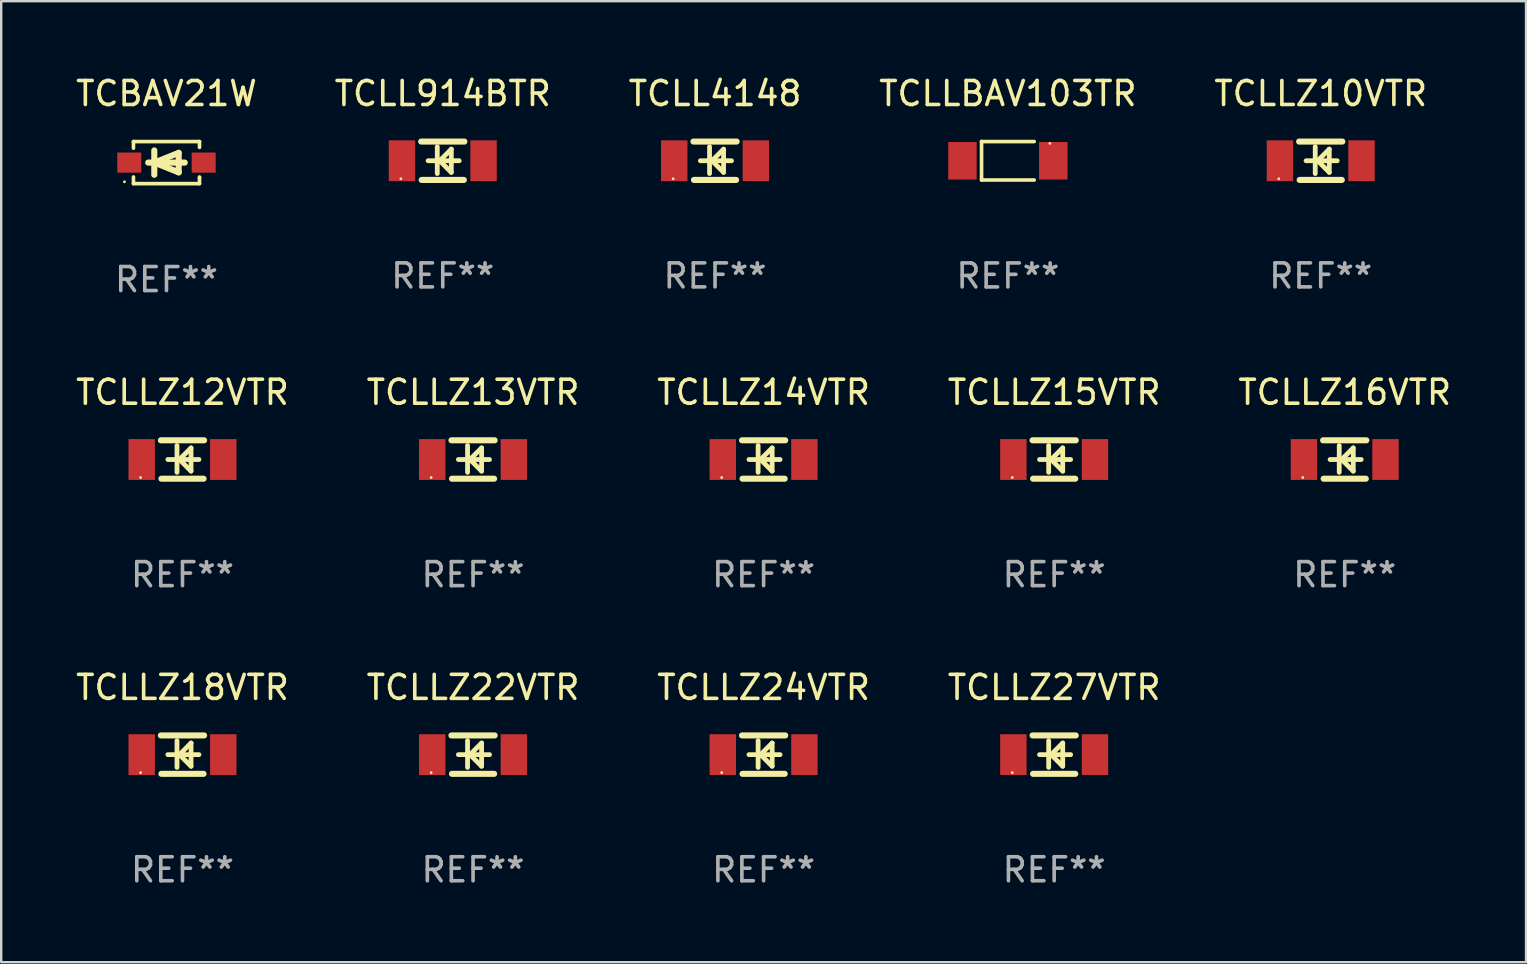
<source format=kicad_pcb>
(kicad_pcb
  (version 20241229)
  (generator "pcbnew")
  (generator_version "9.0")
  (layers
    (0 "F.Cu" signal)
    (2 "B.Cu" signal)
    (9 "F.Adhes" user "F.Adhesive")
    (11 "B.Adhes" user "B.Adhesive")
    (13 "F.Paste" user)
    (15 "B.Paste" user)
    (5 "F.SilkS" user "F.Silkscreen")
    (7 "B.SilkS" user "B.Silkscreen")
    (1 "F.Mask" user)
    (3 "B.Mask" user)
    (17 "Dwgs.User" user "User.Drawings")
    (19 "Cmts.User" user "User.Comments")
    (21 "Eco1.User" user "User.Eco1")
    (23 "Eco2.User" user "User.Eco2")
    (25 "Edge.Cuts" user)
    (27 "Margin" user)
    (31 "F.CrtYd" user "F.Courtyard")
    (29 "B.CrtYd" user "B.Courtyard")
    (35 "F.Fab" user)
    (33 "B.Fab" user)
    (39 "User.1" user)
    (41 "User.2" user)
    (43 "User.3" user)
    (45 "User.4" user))
  (footprint "TCLLZ12VTR"
    (layer "F.Cu")
    (at 4.554 16.097)
    (property "Reference" "TCLLZ12VTR" (at 0 -2.8 0) (layer "F.SilkS") (effects (font (size 1 1) (thickness 0.15))))
    (attr through_hole)
    (fp_line (start -0.9 -0.8) (end 0.9 -0.8) (stroke (width 0.254) (type solid)) (layer "F.SilkS"))
    (fp_line (start -0.878 0.8) (end 0.878 0.8) (stroke (width 0.254) (type solid)) (layer "F.SilkS"))
    (fp_line (start -0.61 0) (end 0.686 0) (stroke (width 0.2) (type solid)) (layer "F.SilkS"))
    (fp_line (start -0.229 -0.584) (end -0.229 0.533) (stroke (width 0.2) (type solid)) (layer "F.SilkS"))
    (fp_line (start -0.127 0) (end 0.356 -0.483) (stroke (width 0.2) (type solid)) (layer "F.SilkS"))
    (fp_line (start 0.356 -0.483) (end 0.356 0.483) (stroke (width 0.2) (type solid)) (layer "F.SilkS"))
    (fp_line (start 0.356 0.483) (end -0.102 0.025) (stroke (width 0.2) (type solid)) (layer "F.SilkS"))
    (fp_circle (center -1.746 0.75) (end -1.716 0.75) (stroke (width 0.06) (type solid)) (fill no) (layer "F.SilkS"))
    (fp_text user "REF**" (at 0 4.8 0) (layer "F.Fab") (effects (font (size 1 1) (thickness 0.15))))
    (pad "1" smd rect (at -1.7 0 180) (size 1.1 1.7) (layers "F.Cu" "F.Mask" "F.Paste"))
    (pad "2" smd rect (at 1.7 0 180) (size 1.1 1.7) (layers "F.Cu" "F.Mask" "F.Paste")))
  (footprint "TCLLZ27VTR"
    (layer "F.Cu")
    (at 40.875 28.394)
    (property "Reference" "TCLLZ27VTR" (at 0 -2.8 0) (layer "F.SilkS") (effects (font (size 1 1) (thickness 0.15))))
    (attr through_hole)
    (fp_line (start -0.9 -0.8) (end 0.9 -0.8) (stroke (width 0.254) (type solid)) (layer "F.SilkS"))
    (fp_line (start -0.878 0.8) (end 0.878 0.8) (stroke (width 0.254) (type solid)) (layer "F.SilkS"))
    (fp_line (start -0.61 0) (end 0.686 0) (stroke (width 0.2) (type solid)) (layer "F.SilkS"))
    (fp_line (start -0.229 -0.584) (end -0.229 0.533) (stroke (width 0.2) (type solid)) (layer "F.SilkS"))
    (fp_line (start -0.127 0) (end 0.356 -0.483) (stroke (width 0.2) (type solid)) (layer "F.SilkS"))
    (fp_line (start 0.356 -0.483) (end 0.356 0.483) (stroke (width 0.2) (type solid)) (layer "F.SilkS"))
    (fp_line (start 0.356 0.483) (end -0.102 0.025) (stroke (width 0.2) (type solid)) (layer "F.SilkS"))
    (fp_circle (center -1.746 0.75) (end -1.716 0.75) (stroke (width 0.06) (type solid)) (fill no) (layer "F.SilkS"))
    (fp_text user "REF**" (at 0 4.8 0) (layer "F.Fab") (effects (font (size 1 1) (thickness 0.15))))
    (pad "1" smd rect (at -1.7 0 180) (size 1.1 1.7) (layers "F.Cu" "F.Mask" "F.Paste"))
    (pad "2" smd rect (at 1.7 0 180) (size 1.1 1.7) (layers "F.Cu" "F.Mask" "F.Paste")))
  (footprint "TCLL4148"
    (layer "F.Cu")
    (at 26.744 3.648)
    (property "Reference" "TCLL4148" (at 0 -2.8 0) (layer "F.SilkS") (effects (font (size 1 1) (thickness 0.15))))
    (attr through_hole)
    (fp_line (start -0.9 -0.8) (end 0.9 -0.8) (stroke (width 0.254) (type solid)) (layer "F.SilkS"))
    (fp_line (start -0.878 0.8) (end 0.878 0.8) (stroke (width 0.254) (type solid)) (layer "F.SilkS"))
    (fp_line (start -0.61 0) (end 0.686 0) (stroke (width 0.2) (type solid)) (layer "F.SilkS"))
    (fp_line (start -0.229 -0.584) (end -0.229 0.533) (stroke (width 0.2) (type solid)) (layer "F.SilkS"))
    (fp_line (start -0.127 0) (end 0.356 -0.483) (stroke (width 0.2) (type solid)) (layer "F.SilkS"))
    (fp_line (start 0.356 -0.483) (end 0.356 0.483) (stroke (width 0.2) (type solid)) (layer "F.SilkS"))
    (fp_line (start 0.356 0.483) (end -0.102 0.025) (stroke (width 0.2) (type solid)) (layer "F.SilkS"))
    (fp_circle (center -1.746 0.75) (end -1.716 0.75) (stroke (width 0.06) (type solid)) (fill no) (layer "F.SilkS"))
    (fp_text user "REF**" (at 0 4.8 0) (layer "F.Fab") (effects (font (size 1 1) (thickness 0.15))))
    (pad "1" smd rect (at -1.7 0 180) (size 1.1 1.7) (layers "F.Cu" "F.Mask" "F.Paste"))
    (pad "2" smd rect (at 1.7 0 180) (size 1.1 1.7) (layers "F.Cu" "F.Mask" "F.Paste")))
  (footprint "TCLLZ18VTR"
    (layer "F.Cu")
    (at 4.554 28.394)
    (property "Reference" "TCLLZ18VTR" (at 0 -2.8 0) (layer "F.SilkS") (effects (font (size 1 1) (thickness 0.15))))
    (attr through_hole)
    (fp_line (start -0.9 -0.8) (end 0.9 -0.8) (stroke (width 0.254) (type solid)) (layer "F.SilkS"))
    (fp_line (start -0.878 0.8) (end 0.878 0.8) (stroke (width 0.254) (type solid)) (layer "F.SilkS"))
    (fp_line (start -0.61 0) (end 0.686 0) (stroke (width 0.2) (type solid)) (layer "F.SilkS"))
    (fp_line (start -0.229 -0.584) (end -0.229 0.533) (stroke (width 0.2) (type solid)) (layer "F.SilkS"))
    (fp_line (start -0.127 0) (end 0.356 -0.483) (stroke (width 0.2) (type solid)) (layer "F.SilkS"))
    (fp_line (start 0.356 -0.483) (end 0.356 0.483) (stroke (width 0.2) (type solid)) (layer "F.SilkS"))
    (fp_line (start 0.356 0.483) (end -0.102 0.025) (stroke (width 0.2) (type solid)) (layer "F.SilkS"))
    (fp_circle (center -1.746 0.75) (end -1.716 0.75) (stroke (width 0.06) (type solid)) (fill no) (layer "F.SilkS"))
    (fp_text user "REF**" (at 0 4.8 0) (layer "F.Fab") (effects (font (size 1 1) (thickness 0.15))))
    (pad "1" smd rect (at -1.7 0 180) (size 1.1 1.7) (layers "F.Cu" "F.Mask" "F.Paste"))
    (pad "2" smd rect (at 1.7 0 180) (size 1.1 1.7) (layers "F.Cu" "F.Mask" "F.Paste")))
  (footprint "TCLLZ13VTR"
    (layer "F.Cu")
    (at 16.661 16.097)
    (property "Reference" "TCLLZ13VTR" (at 0 -2.8 0) (layer "F.SilkS") (effects (font (size 1 1) (thickness 0.15))))
    (attr through_hole)
    (fp_line (start -0.9 -0.8) (end 0.9 -0.8) (stroke (width 0.254) (type solid)) (layer "F.SilkS"))
    (fp_line (start -0.878 0.8) (end 0.878 0.8) (stroke (width 0.254) (type solid)) (layer "F.SilkS"))
    (fp_line (start -0.61 0) (end 0.686 0) (stroke (width 0.2) (type solid)) (layer "F.SilkS"))
    (fp_line (start -0.229 -0.584) (end -0.229 0.533) (stroke (width 0.2) (type solid)) (layer "F.SilkS"))
    (fp_line (start -0.127 0) (end 0.356 -0.483) (stroke (width 0.2) (type solid)) (layer "F.SilkS"))
    (fp_line (start 0.356 -0.483) (end 0.356 0.483) (stroke (width 0.2) (type solid)) (layer "F.SilkS"))
    (fp_line (start 0.356 0.483) (end -0.102 0.025) (stroke (width 0.2) (type solid)) (layer "F.SilkS"))
    (fp_circle (center -1.746 0.75) (end -1.716 0.75) (stroke (width 0.06) (type solid)) (fill no) (layer "F.SilkS"))
    (fp_text user "REF**" (at 0 4.8 0) (layer "F.Fab") (effects (font (size 1 1) (thickness 0.15))))
    (pad "1" smd rect (at -1.7 0 180) (size 1.1 1.7) (layers "F.Cu" "F.Mask" "F.Paste"))
    (pad "2" smd rect (at 1.7 0 180) (size 1.1 1.7) (layers "F.Cu" "F.Mask" "F.Paste")))
  (footprint "TCLLZ24VTR"
    (layer "F.Cu")
    (at 28.768 28.394)
    (property "Reference" "TCLLZ24VTR" (at 0 -2.8 0) (layer "F.SilkS") (effects (font (size 1 1) (thickness 0.15))))
    (attr through_hole)
    (fp_line (start -0.9 -0.8) (end 0.9 -0.8) (stroke (width 0.254) (type solid)) (layer "F.SilkS"))
    (fp_line (start -0.878 0.8) (end 0.878 0.8) (stroke (width 0.254) (type solid)) (layer "F.SilkS"))
    (fp_line (start -0.61 0) (end 0.686 0) (stroke (width 0.2) (type solid)) (layer "F.SilkS"))
    (fp_line (start -0.229 -0.584) (end -0.229 0.533) (stroke (width 0.2) (type solid)) (layer "F.SilkS"))
    (fp_line (start -0.127 0) (end 0.356 -0.483) (stroke (width 0.2) (type solid)) (layer "F.SilkS"))
    (fp_line (start 0.356 -0.483) (end 0.356 0.483) (stroke (width 0.2) (type solid)) (layer "F.SilkS"))
    (fp_line (start 0.356 0.483) (end -0.102 0.025) (stroke (width 0.2) (type solid)) (layer "F.SilkS"))
    (fp_circle (center -1.746 0.75) (end -1.716 0.75) (stroke (width 0.06) (type solid)) (fill no) (layer "F.SilkS"))
    (fp_text user "REF**" (at 0 4.8 0) (layer "F.Fab") (effects (font (size 1 1) (thickness 0.15))))
    (pad "1" smd rect (at -1.7 0 180) (size 1.1 1.7) (layers "F.Cu" "F.Mask" "F.Paste"))
    (pad "2" smd rect (at 1.7 0 180) (size 1.1 1.7) (layers "F.Cu" "F.Mask" "F.Paste")))
  (footprint "TCLLZ16VTR"
    (layer "F.Cu")
    (at 52.982 16.097)
    (property "Reference" "TCLLZ16VTR" (at 0 -2.8 0) (layer "F.SilkS") (effects (font (size 1 1) (thickness 0.15))))
    (attr through_hole)
    (fp_line (start -0.9 -0.8) (end 0.9 -0.8) (stroke (width 0.254) (type solid)) (layer "F.SilkS"))
    (fp_line (start -0.878 0.8) (end 0.878 0.8) (stroke (width 0.254) (type solid)) (layer "F.SilkS"))
    (fp_line (start -0.61 0) (end 0.686 0) (stroke (width 0.2) (type solid)) (layer "F.SilkS"))
    (fp_line (start -0.229 -0.584) (end -0.229 0.533) (stroke (width 0.2) (type solid)) (layer "F.SilkS"))
    (fp_line (start -0.127 0) (end 0.356 -0.483) (stroke (width 0.2) (type solid)) (layer "F.SilkS"))
    (fp_line (start 0.356 -0.483) (end 0.356 0.483) (stroke (width 0.2) (type solid)) (layer "F.SilkS"))
    (fp_line (start 0.356 0.483) (end -0.102 0.025) (stroke (width 0.2) (type solid)) (layer "F.SilkS"))
    (fp_circle (center -1.746 0.75) (end -1.716 0.75) (stroke (width 0.06) (type solid)) (fill no) (layer "F.SilkS"))
    (fp_text user "REF**" (at 0 4.8 0) (layer "F.Fab") (effects (font (size 1 1) (thickness 0.15))))
    (pad "1" smd rect (at -1.7 0 180) (size 1.1 1.7) (layers "F.Cu" "F.Mask" "F.Paste"))
    (pad "2" smd rect (at 1.7 0 180) (size 1.1 1.7) (layers "F.Cu" "F.Mask" "F.Paste")))
  (footprint "TCLLZ15VTR"
    (layer "F.Cu")
    (at 40.875 16.097)
    (property "Reference" "TCLLZ15VTR" (at 0 -2.8 0) (layer "F.SilkS") (effects (font (size 1 1) (thickness 0.15))))
    (attr through_hole)
    (fp_line (start -0.9 -0.8) (end 0.9 -0.8) (stroke (width 0.254) (type solid)) (layer "F.SilkS"))
    (fp_line (start -0.878 0.8) (end 0.878 0.8) (stroke (width 0.254) (type solid)) (layer "F.SilkS"))
    (fp_line (start -0.61 0) (end 0.686 0) (stroke (width 0.2) (type solid)) (layer "F.SilkS"))
    (fp_line (start -0.229 -0.584) (end -0.229 0.533) (stroke (width 0.2) (type solid)) (layer "F.SilkS"))
    (fp_line (start -0.127 0) (end 0.356 -0.483) (stroke (width 0.2) (type solid)) (layer "F.SilkS"))
    (fp_line (start 0.356 -0.483) (end 0.356 0.483) (stroke (width 0.2) (type solid)) (layer "F.SilkS"))
    (fp_line (start 0.356 0.483) (end -0.102 0.025) (stroke (width 0.2) (type solid)) (layer "F.SilkS"))
    (fp_circle (center -1.746 0.75) (end -1.716 0.75) (stroke (width 0.06) (type solid)) (fill no) (layer "F.SilkS"))
    (fp_text user "REF**" (at 0 4.8 0) (layer "F.Fab") (effects (font (size 1 1) (thickness 0.15))))
    (pad "1" smd rect (at -1.7 0 180) (size 1.1 1.7) (layers "F.Cu" "F.Mask" "F.Paste"))
    (pad "2" smd rect (at 1.7 0 180) (size 1.1 1.7) (layers "F.Cu" "F.Mask" "F.Paste")))
  (footprint "TCBAV21W"
    (layer "F.Cu")
    (at 3.887 3.725)
    (property "Reference" "TCBAV21W" (at 0 -2.876 0) (layer "F.SilkS") (effects (font (size 1 1) (thickness 0.15))))
    (attr through_hole)
    (fp_line (start -1.376 -0.876) (end -1.376 -0.6) (stroke (width 0.152) (type solid)) (layer "F.SilkS"))
    (fp_line (start -1.376 -0.876) (end 1.376 -0.876) (stroke (width 0.152) (type solid)) (layer "F.SilkS"))
    (fp_line (start -1.376 0.6) (end -1.376 0.876) (stroke (width 0.152) (type solid)) (layer "F.SilkS"))
    (fp_line (start -1.376 0.876) (end 1.376 0.876) (stroke (width 0.152) (type solid)) (layer "F.SilkS"))
    (fp_line (start -0.762 -0.000051) (end 0.762 -0.000051) (stroke (width 0.254) (type solid)) (layer "F.SilkS"))
    (fp_line (start -0.508 -0.508) (end -0.508 0.508) (stroke (width 0.254) (type solid)) (layer "F.SilkS"))
    (fp_line (start -0.508 -0.000051) (end 0.508 -0.406) (stroke (width 0.254) (type solid)) (layer "F.SilkS"))
    (fp_line (start 0.508 -0.406) (end 0.508 0.406) (stroke (width 0.254) (type solid)) (layer "F.SilkS"))
    (fp_line (start 0.508 0.406) (end -0.508 -0.000051) (stroke (width 0.254) (type solid)) (layer "F.SilkS"))
    (fp_line (start 1.376 0.631) (end 1.376 0.6) (stroke (width 0.152) (type solid)) (layer "F.SilkS"))
    (fp_line (start 1.376 0.876) (end 1.376 0.631) (stroke (width 0.152) (type solid)) (layer "F.SilkS"))
    (fp_line (start 1.376 -0.876) (end 1.376 -0.635) (stroke (width 0.152) (type solid)) (layer "F.SilkS"))
    (fp_circle (center -1.75 0.8) (end -1.72 0.8) (stroke (width 0.06) (type solid)) (fill no) (layer "F.SilkS"))
    (fp_text user "REF**" (at 0 4.876 0) (layer "F.Fab") (effects (font (size 1 1) (thickness 0.15))))
    (pad "1" smd rect (at -1.55 -0.000051) (size 1 0.84) (layers "F.Cu" "F.Mask" "F.Paste"))
    (pad "2" smd rect (at 1.55 -0.000051) (size 1 0.84) (layers "F.Cu" "F.Mask" "F.Paste")))
  (footprint "TCLL914BTR"
    (layer "F.Cu")
    (at 15.399 3.648)
    (property "Reference" "TCLL914BTR" (at 0 -2.8 0) (layer "F.SilkS") (effects (font (size 1 1) (thickness 0.15))))
    (attr through_hole)
    (fp_line (start -0.9 -0.8) (end 0.9 -0.8) (stroke (width 0.254) (type solid)) (layer "F.SilkS"))
    (fp_line (start -0.878 0.8) (end 0.878 0.8) (stroke (width 0.254) (type solid)) (layer "F.SilkS"))
    (fp_line (start -0.61 0) (end 0.686 0) (stroke (width 0.2) (type solid)) (layer "F.SilkS"))
    (fp_line (start -0.229 -0.584) (end -0.229 0.533) (stroke (width 0.2) (type solid)) (layer "F.SilkS"))
    (fp_line (start -0.127 0) (end 0.356 -0.483) (stroke (width 0.2) (type solid)) (layer "F.SilkS"))
    (fp_line (start 0.356 -0.483) (end 0.356 0.483) (stroke (width 0.2) (type solid)) (layer "F.SilkS"))
    (fp_line (start 0.356 0.483) (end -0.102 0.025) (stroke (width 0.2) (type solid)) (layer "F.SilkS"))
    (fp_circle (center -1.746 0.75) (end -1.716 0.75) (stroke (width 0.06) (type solid)) (fill no) (layer "F.SilkS"))
    (fp_text user "REF**" (at 0 4.8 0) (layer "F.Fab") (effects (font (size 1 1) (thickness 0.15))))
    (pad "1" smd rect (at -1.7 0 180) (size 1.1 1.7) (layers "F.Cu" "F.Mask" "F.Paste"))
    (pad "2" smd rect (at 1.7 0 180) (size 1.1 1.7) (layers "F.Cu" "F.Mask" "F.Paste")))
  (footprint "TCLLBAV103TR"
    (layer "F.Cu")
    (at 38.946 3.649)
    (property "Reference" "TCLLBAV103TR" (at 0 -2.801 0) (layer "F.SilkS") (effects (font (size 1 1) (thickness 0.15))))
    (attr through_hole)
    (fp_line (start -1.097 -0.801) (end -1.097 0.801) (stroke (width 0.152) (type solid)) (layer "F.SilkS"))
    (fp_line (start -1.097 -0.801) (end 1.097 -0.801) (stroke (width 0.152) (type solid)) (layer "F.SilkS"))
    (fp_line (start -1.097 0.801) (end 1.097 0.801) (stroke (width 0.152) (type solid)) (layer "F.SilkS"))
    (fp_circle (center 1.75 -0.725) (end 1.78 -0.725) (stroke (width 0.06) (type solid)) (fill no) (layer "F.SilkS"))
    (fp_text user "REF**" (at 0 4.801 0) (layer "F.Fab") (effects (font (size 1 1) (thickness 0.15))))
    (pad "1" smd rect (at 1.893 0) (size 1.185 1.566) (layers "F.Cu" "F.Mask" "F.Paste"))
    (pad "2" smd rect (at -1.893 0) (size 1.185 1.566) (layers "F.Cu" "F.Mask" "F.Paste")))
  (footprint "TCLLZ10VTR"
    (layer "F.Cu")
    (at 51.982 3.648)
    (property "Reference" "TCLLZ10VTR" (at 0 -2.8 0) (layer "F.SilkS") (effects (font (size 1 1) (thickness 0.15))))
    (attr through_hole)
    (fp_line (start -0.9 -0.8) (end 0.9 -0.8) (stroke (width 0.254) (type solid)) (layer "F.SilkS"))
    (fp_line (start -0.878 0.8) (end 0.878 0.8) (stroke (width 0.254) (type solid)) (layer "F.SilkS"))
    (fp_line (start -0.61 0) (end 0.686 0) (stroke (width 0.2) (type solid)) (layer "F.SilkS"))
    (fp_line (start -0.229 -0.584) (end -0.229 0.533) (stroke (width 0.2) (type solid)) (layer "F.SilkS"))
    (fp_line (start -0.127 0) (end 0.356 -0.483) (stroke (width 0.2) (type solid)) (layer "F.SilkS"))
    (fp_line (start 0.356 -0.483) (end 0.356 0.483) (stroke (width 0.2) (type solid)) (layer "F.SilkS"))
    (fp_line (start 0.356 0.483) (end -0.102 0.025) (stroke (width 0.2) (type solid)) (layer "F.SilkS"))
    (fp_circle (center -1.746 0.75) (end -1.716 0.75) (stroke (width 0.06) (type solid)) (fill no) (layer "F.SilkS"))
    (fp_text user "REF**" (at 0 4.8 0) (layer "F.Fab") (effects (font (size 1 1) (thickness 0.15))))
    (pad "1" smd rect (at -1.7 0 180) (size 1.1 1.7) (layers "F.Cu" "F.Mask" "F.Paste"))
    (pad "2" smd rect (at 1.7 0 180) (size 1.1 1.7) (layers "F.Cu" "F.Mask" "F.Paste")))
  (footprint "TCLLZ22VTR"
    (layer "F.Cu")
    (at 16.661 28.394)
    (property "Reference" "TCLLZ22VTR" (at 0 -2.8 0) (layer "F.SilkS") (effects (font (size 1 1) (thickness 0.15))))
    (attr through_hole)
    (fp_line (start -0.9 -0.8) (end 0.9 -0.8) (stroke (width 0.254) (type solid)) (layer "F.SilkS"))
    (fp_line (start -0.878 0.8) (end 0.878 0.8) (stroke (width 0.254) (type solid)) (layer "F.SilkS"))
    (fp_line (start -0.61 0) (end 0.686 0) (stroke (width 0.2) (type solid)) (layer "F.SilkS"))
    (fp_line (start -0.229 -0.584) (end -0.229 0.533) (stroke (width 0.2) (type solid)) (layer "F.SilkS"))
    (fp_line (start -0.127 0) (end 0.356 -0.483) (stroke (width 0.2) (type solid)) (layer "F.SilkS"))
    (fp_line (start 0.356 -0.483) (end 0.356 0.483) (stroke (width 0.2) (type solid)) (layer "F.SilkS"))
    (fp_line (start 0.356 0.483) (end -0.102 0.025) (stroke (width 0.2) (type solid)) (layer "F.SilkS"))
    (fp_circle (center -1.746 0.75) (end -1.716 0.75) (stroke (width 0.06) (type solid)) (fill no) (layer "F.SilkS"))
    (fp_text user "REF**" (at 0 4.8 0) (layer "F.Fab") (effects (font (size 1 1) (thickness 0.15))))
    (pad "1" smd rect (at -1.7 0 180) (size 1.1 1.7) (layers "F.Cu" "F.Mask" "F.Paste"))
    (pad "2" smd rect (at 1.7 0 180) (size 1.1 1.7) (layers "F.Cu" "F.Mask" "F.Paste")))
  (footprint "TCLLZ14VTR"
    (layer "F.Cu")
    (at 28.768 16.097)
    (property "Reference" "TCLLZ14VTR" (at 0 -2.8 0) (layer "F.SilkS") (effects (font (size 1 1) (thickness 0.15))))
    (attr through_hole)
    (fp_line (start -0.9 -0.8) (end 0.9 -0.8) (stroke (width 0.254) (type solid)) (layer "F.SilkS"))
    (fp_line (start -0.878 0.8) (end 0.878 0.8) (stroke (width 0.254) (type solid)) (layer "F.SilkS"))
    (fp_line (start -0.61 0) (end 0.686 0) (stroke (width 0.2) (type solid)) (layer "F.SilkS"))
    (fp_line (start -0.229 -0.584) (end -0.229 0.533) (stroke (width 0.2) (type solid)) (layer "F.SilkS"))
    (fp_line (start -0.127 0) (end 0.356 -0.483) (stroke (width 0.2) (type solid)) (layer "F.SilkS"))
    (fp_line (start 0.356 -0.483) (end 0.356 0.483) (stroke (width 0.2) (type solid)) (layer "F.SilkS"))
    (fp_line (start 0.356 0.483) (end -0.102 0.025) (stroke (width 0.2) (type solid)) (layer "F.SilkS"))
    (fp_circle (center -1.746 0.75) (end -1.716 0.75) (stroke (width 0.06) (type solid)) (fill no) (layer "F.SilkS"))
    (fp_text user "REF**" (at 0 4.8 0) (layer "F.Fab") (effects (font (size 1 1) (thickness 0.15))))
    (pad "1" smd rect (at -1.7 0 180) (size 1.1 1.7) (layers "F.Cu" "F.Mask" "F.Paste"))
    (pad "2" smd rect (at 1.7 0 180) (size 1.1 1.7) (layers "F.Cu" "F.Mask" "F.Paste")))
  (gr_rect
    (start -3 -3)
    (end 60.536 37.042)
    (stroke (width 0.1) (type default))
    (fill no)
    (layer "Edge.Cuts")))
</source>
